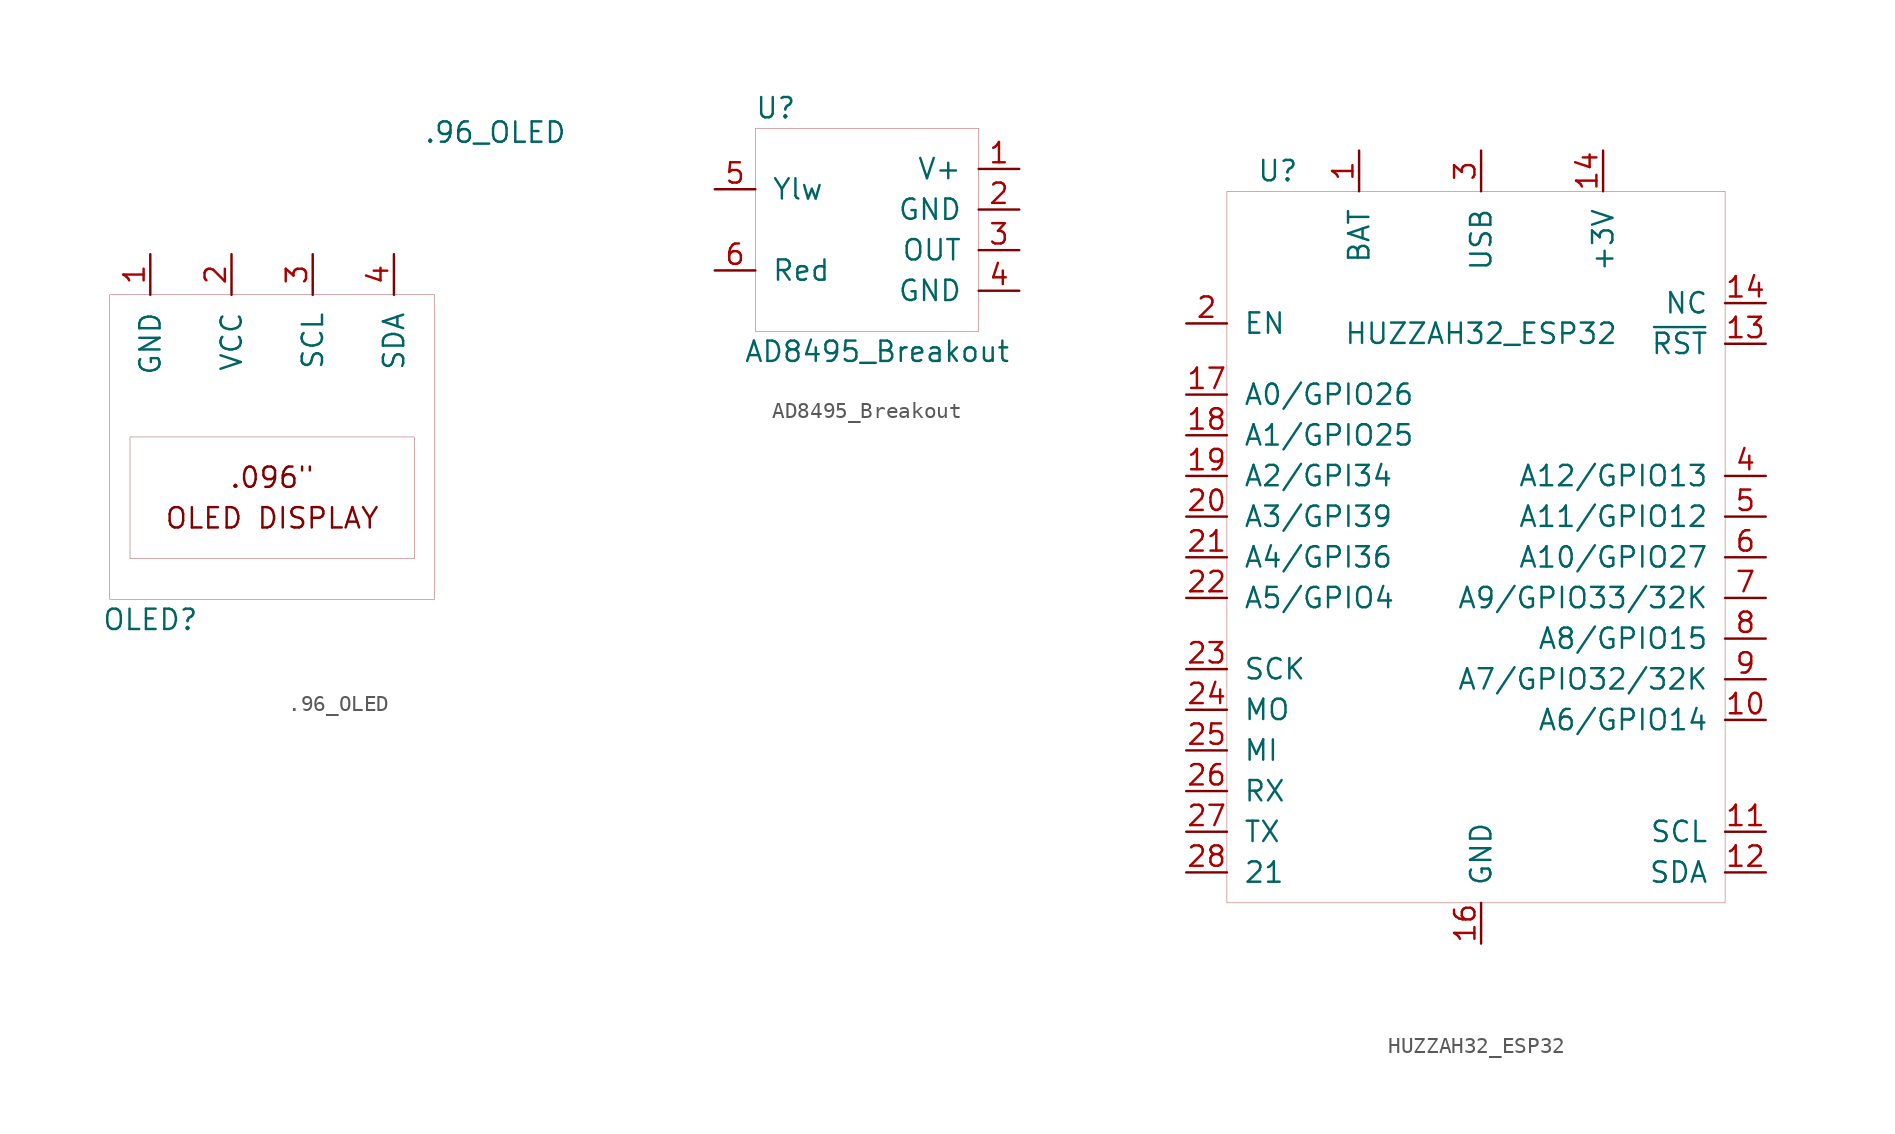
<source format=kicad_sym>
(kicad_symbol_lib
  (version 20200908)
  (generator kicad_symbol_editor)
  (symbol "waxMelter:.96_OLED"
    (pin_names
      (offset 1.016))
    (property "Reference" "OLED"
      (at -2.54 -13.97 0)
      (effects (font (size 1.27 1.27))))
    (property "Value" ".96_OLED"
      (at 19.05 16.51 0)
      (effects (font (size 1.27 1.27))))
    (symbol ".96_OLED_0_0"
      (text ".096\"" (at 5.08 -5.08 0) (effects (font (size 1.27 1.27))))
      (text "OLED DISPLAY" (at 5.08 -7.62 0) (effects (font (size 1.27 1.27)))))
    (symbol ".96_OLED_0_1"
      (rectangle (start -5.08 6.35) (end 15.24 -12.7) (stroke (width 0.001)) (fill (type none)))
      (rectangle (start -3.81 -2.54) (end 13.97 -10.16) (stroke (width 0.001)) (fill (type none))))
    (symbol ".96_OLED_1_1"
      (pin bidirectional line (at -2.54 8.89 270) (length 2.54) (name "GND" (effects (font (size 1.27 1.27)))) (number "1" (effects (font (size 1.27 1.27)))))
      (pin bidirectional line (at 2.54 8.89 270) (length 2.54) (name "VCC" (effects (font (size 1.27 1.27)))) (number "2" (effects (font (size 1.27 1.27)))))
      (pin bidirectional line (at 7.62 8.89 270) (length 2.54) (name "SCL" (effects (font (size 1.27 1.27)))) (number "3" (effects (font (size 1.27 1.27)))))
      (pin bidirectional line (at 12.7 8.89 270) (length 2.54) (name "SDA" (effects (font (size 1.27 1.27)))) (number "4" (effects (font (size 1.27 1.27)))))))
  (symbol "waxMelter:AD8495_Breakout"
    (pin_names
      (offset 1.016))
    (property "Reference" "U"
      (at -6.35 8.89 0)
      (effects (font (size 1.27 1.27))))
    (property "Value" "AD8495_Breakout"
      (at 0 -6.35 0)
      (effects (font (size 1.27 1.27))))
    (symbol "AD8495_Breakout_0_1"
      (rectangle (start -7.62 7.62) (end 6.35 -5.08) (stroke (width 0.001)) (fill (type none))))
    (symbol "AD8495_Breakout_1_1"
      (pin bidirectional line (at -10.16 3.81 0) (length 2.54) (name "Ylw" (effects (font (size 1.27 1.27)))) (number "5" (effects (font (size 1.27 1.27)))))
      (pin bidirectional line (at -10.16 -1.27 0) (length 2.54) (name "Red" (effects (font (size 1.27 1.27)))) (number "6" (effects (font (size 1.27 1.27)))))
      (pin bidirectional line (at 8.89 5.08 180) (length 2.54) (name "V+" (effects (font (size 1.27 1.27)))) (number "1" (effects (font (size 1.27 1.27)))))
      (pin bidirectional line (at 8.89 0 180) (length 2.54) (name "OUT" (effects (font (size 1.27 1.27)))) (number "3" (effects (font (size 1.27 1.27)))))
      (pin bidirectional line (at 8.89 2.54 180) (length 2.54) (name "GND" (effects (font (size 1.27 1.27)))) (number "2" (effects (font (size 1.27 1.27)))))
      (pin bidirectional line (at 8.89 -2.54 180) (length 2.54) (name "GND" (effects (font (size 1.27 1.27)))) (number "4" (effects (font (size 1.27 1.27)))))))
  (symbol "waxMelter:HUZZAH32_ESP32"
    (pin_names
      (offset 1.016))
    (property "Reference" "U"
      (at -12.7 30.48 0)
      (effects (font (size 1.27 1.27))))
    (property "Value" "HUZZAH32_ESP32"
      (at 0 20.32 0)
      (effects (font (size 1.27 1.27))))
    (symbol "HUZZAH32_ESP32_0_1"
      (rectangle (start -15.875 29.21) (end 15.24 -15.24) (stroke (width 0.001)) (fill (type none))))
    (symbol "HUZZAH32_ESP32_1_1"
      (pin power_in line (at -7.62 31.75 270) (length 2.54) (name "BAT" (effects (font (size 1.27 1.27)))) (number "1" (effects (font (size 1.27 1.27)))))
      (pin bidirectional line (at -18.415 20.955 0) (length 2.54) (name "EN" (effects (font (size 1.27 1.27)))) (number "2" (effects (font (size 1.27 1.27)))))
      (pin bidirectional line (at 0 31.75 270) (length 2.54) (name "USB" (effects (font (size 1.27 1.27)))) (number "3" (effects (font (size 1.27 1.27)))))
      (pin power_out line (at 7.62 31.75 270) (length 2.54) (name "+3V" (effects (font (size 1.27 1.27)))) (number "14" (effects (font (size 1.27 1.27)))))
      (pin bidirectional line (at 0 -17.78 90) (length 2.54) (name "GND" (effects (font (size 1.27 1.27)))) (number "16" (effects (font (size 1.27 1.27)))))
      (pin bidirectional line (at -18.415 -8.255 0) (length 2.54) (name "RX" (effects (font (size 1.27 1.27)))) (number "26" (effects (font (size 1.27 1.27)))))
      (pin bidirectional line (at -18.415 -10.795 0) (length 2.54) (name "TX" (effects (font (size 1.27 1.27)))) (number "27" (effects (font (size 1.27 1.27)))))
      (pin bidirectional line (at -18.415 -5.715 0) (length 2.54) (name "MI" (effects (font (size 1.27 1.27)))) (number "25" (effects (font (size 1.27 1.27)))))
      (pin bidirectional line (at -18.415 -3.175 0) (length 2.54) (name "MO" (effects (font (size 1.27 1.27)))) (number "24" (effects (font (size 1.27 1.27)))))
      (pin bidirectional line (at -18.415 -0.635 0) (length 2.54) (name "SCK" (effects (font (size 1.27 1.27)))) (number "23" (effects (font (size 1.27 1.27)))))
      (pin bidirectional line (at 17.78 -13.335 180) (length 2.54) (name "SDA" (effects (font (size 1.27 1.27)))) (number "12" (effects (font (size 1.27 1.27)))))
      (pin bidirectional line (at 17.78 -10.795 180) (length 2.54) (name "SCL" (effects (font (size 1.27 1.27)))) (number "11" (effects (font (size 1.27 1.27)))))
      (pin bidirectional line (at -18.415 3.81 0) (length 2.54) (name "A5/GPIO4" (effects (font (size 1.27 1.27)))) (number "22" (effects (font (size 1.27 1.27)))))
      (pin bidirectional line (at -18.415 6.35 0) (length 2.54) (name "A4/GPI36" (effects (font (size 1.27 1.27)))) (number "21" (effects (font (size 1.27 1.27)))))
      (pin bidirectional line (at -18.415 8.89 0) (length 2.54) (name "A3/GPI39" (effects (font (size 1.27 1.27)))) (number "20" (effects (font (size 1.27 1.27)))))
      (pin bidirectional line (at -18.415 11.43 0) (length 2.54) (name "A2/GPI34" (effects (font (size 1.27 1.27)))) (number "19" (effects (font (size 1.27 1.27)))))
      (pin bidirectional line (at -18.415 13.97 0) (length 2.54) (name "A1/GPIO25" (effects (font (size 1.27 1.27)))) (number "18" (effects (font (size 1.27 1.27)))))
      (pin bidirectional line (at -18.415 16.51 0) (length 2.54) (name "A0/GPIO26" (effects (font (size 1.27 1.27)))) (number "17" (effects (font (size 1.27 1.27)))))
      (pin bidirectional line (at -18.415 -13.335 0) (length 2.54) (name "21" (effects (font (size 1.27 1.27)))) (number "28" (effects (font (size 1.27 1.27)))))
      (pin bidirectional line (at 17.78 -3.81 180) (length 2.54) (name "A6/GPIO14" (effects (font (size 1.27 1.27)))) (number "10" (effects (font (size 1.27 1.27)))))
      (pin bidirectional line (at 17.78 -1.27 180) (length 2.54) (name "A7/GPIO32/32K" (effects (font (size 1.27 1.27)))) (number "9" (effects (font (size 1.27 1.27)))))
      (pin bidirectional line (at 17.78 1.27 180) (length 2.54) (name "A8/GPIO15" (effects (font (size 1.27 1.27)))) (number "8" (effects (font (size 1.27 1.27)))))
      (pin bidirectional line (at 17.78 3.81 180) (length 2.54) (name "A9/GPIO33/32K" (effects (font (size 1.27 1.27)))) (number "7" (effects (font (size 1.27 1.27)))))
      (pin bidirectional line (at 17.78 6.35 180) (length 2.54) (name "A10/GPIO27" (effects (font (size 1.27 1.27)))) (number "6" (effects (font (size 1.27 1.27)))))
      (pin bidirectional line (at 17.78 8.89 180) (length 2.54) (name "A11/GPIO12" (effects (font (size 1.27 1.27)))) (number "5" (effects (font (size 1.27 1.27)))))
      (pin bidirectional line (at 17.78 11.43 180) (length 2.54) (name "A12/GPIO13" (effects (font (size 1.27 1.27)))) (number "4" (effects (font (size 1.27 1.27)))))
      (pin bidirectional line (at 17.78 19.685 180) (length 2.54) (name "~RST" (effects (font (size 1.27 1.27)))) (number "13" (effects (font (size 1.27 1.27)))))
      (pin bidirectional line (at 17.78 22.225 180) (length 2.54) (name "NC" (effects (font (size 1.27 1.27)))) (number "14" (effects (font (size 1.27 1.27))))))))
</source>
